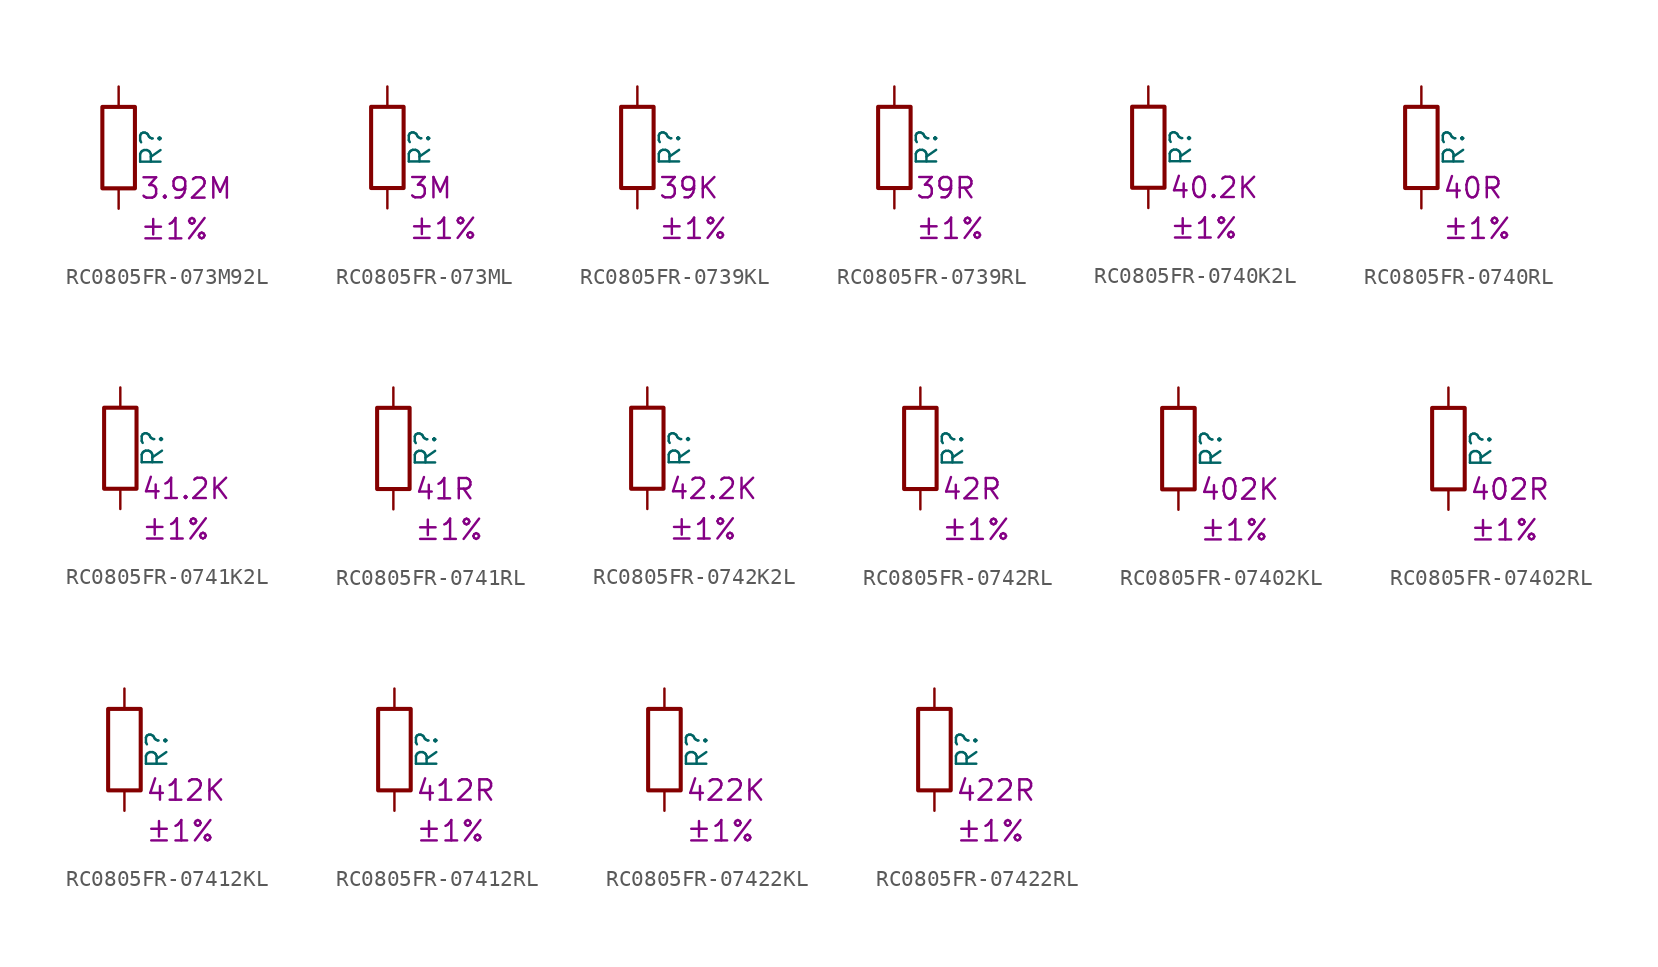
<source format=kicad_sym>
(kicad_symbol_lib
  (version 20220914)
  (generator kicad_symbol_editor)
  (symbol "RC0805FR-073M92L"
    (pin_numbers hide)
    (pin_names
      (offset 0))
    (property "Reference" "R"
      (at 2.032 0 90)
      (effects (font (size 1.27 1.27))))
    (property "Resistance" "3.92M"
      (at 1.27 -2.54 0)
      (effects (font (size 1.27 1.27)) (justify left)))
    (property "Tolerance" "±1%"
      (at 1.27 -5.08 0)
      (effects (font (size 1.27 1.27)) (justify left)))
    (symbol "RC0805FR-073M92L_0_1"
      (rectangle (start -1.016 -2.54) (end 1.016 2.54) (stroke (width 0.254) (type default)) (fill (type none))))
    (symbol "RC0805FR-073M92L_1_1"
      (pin passive line (at 0 3.81 270) (length 1.27) (name "~" (effects (font (size 1.27 1.27)))) (number "1" (effects (font (size 1.27 1.27)))))
      (pin passive line (at 0 -3.81 90) (length 1.27) (name "~" (effects (font (size 1.27 1.27)))) (number "2" (effects (font (size 1.27 1.27)))))))
  (symbol "RC0805FR-073ML"
    (pin_numbers hide)
    (pin_names
      (offset 0))
    (property "Reference" "R"
      (at 2.032 0 90)
      (effects (font (size 1.27 1.27))))
    (property "Resistance" "3M"
      (at 1.27 -2.54 0)
      (effects (font (size 1.27 1.27)) (justify left)))
    (property "Tolerance" "±1%"
      (at 1.27 -5.08 0)
      (effects (font (size 1.27 1.27)) (justify left)))
    (symbol "RC0805FR-073ML_0_1"
      (rectangle (start -1.016 -2.54) (end 1.016 2.54) (stroke (width 0.254) (type default)) (fill (type none))))
    (symbol "RC0805FR-073ML_1_1"
      (pin passive line (at 0 3.81 270) (length 1.27) (name "~" (effects (font (size 1.27 1.27)))) (number "1" (effects (font (size 1.27 1.27)))))
      (pin passive line (at 0 -3.81 90) (length 1.27) (name "~" (effects (font (size 1.27 1.27)))) (number "2" (effects (font (size 1.27 1.27)))))))
  (symbol "RC0805FR-0739KL"
    (pin_numbers hide)
    (pin_names
      (offset 0))
    (property "Reference" "R"
      (at 2.032 0 90)
      (effects (font (size 1.27 1.27))))
    (property "Resistance" "39K"
      (at 1.27 -2.54 0)
      (effects (font (size 1.27 1.27)) (justify left)))
    (property "Tolerance" "±1%"
      (at 1.27 -5.08 0)
      (effects (font (size 1.27 1.27)) (justify left)))
    (symbol "RC0805FR-0739KL_0_1"
      (rectangle (start -1.016 -2.54) (end 1.016 2.54) (stroke (width 0.254) (type default)) (fill (type none))))
    (symbol "RC0805FR-0739KL_1_1"
      (pin passive line (at 0 3.81 270) (length 1.27) (name "~" (effects (font (size 1.27 1.27)))) (number "1" (effects (font (size 1.27 1.27)))))
      (pin passive line (at 0 -3.81 90) (length 1.27) (name "~" (effects (font (size 1.27 1.27)))) (number "2" (effects (font (size 1.27 1.27)))))))
  (symbol "RC0805FR-0739RL"
    (pin_numbers hide)
    (pin_names
      (offset 0))
    (property "Reference" "R"
      (at 2.032 0 90)
      (effects (font (size 1.27 1.27))))
    (property "Resistance" "39R"
      (at 1.27 -2.54 0)
      (effects (font (size 1.27 1.27)) (justify left)))
    (property "Tolerance" "±1%"
      (at 1.27 -5.08 0)
      (effects (font (size 1.27 1.27)) (justify left)))
    (symbol "RC0805FR-0739RL_0_1"
      (rectangle (start -1.016 -2.54) (end 1.016 2.54) (stroke (width 0.254) (type default)) (fill (type none))))
    (symbol "RC0805FR-0739RL_1_1"
      (pin passive line (at 0 3.81 270) (length 1.27) (name "~" (effects (font (size 1.27 1.27)))) (number "1" (effects (font (size 1.27 1.27)))))
      (pin passive line (at 0 -3.81 90) (length 1.27) (name "~" (effects (font (size 1.27 1.27)))) (number "2" (effects (font (size 1.27 1.27)))))))
  (symbol "RC0805FR-0740K2L"
    (pin_numbers hide)
    (pin_names
      (offset 0))
    (property "Reference" "R"
      (at 2.032 0 90)
      (effects (font (size 1.27 1.27))))
    (property "Resistance" "40.2K"
      (at 1.27 -2.54 0)
      (effects (font (size 1.27 1.27)) (justify left)))
    (property "Tolerance" "±1%"
      (at 1.27 -5.08 0)
      (effects (font (size 1.27 1.27)) (justify left)))
    (symbol "RC0805FR-0740K2L_0_1"
      (rectangle (start -1.016 -2.54) (end 1.016 2.54) (stroke (width 0.254) (type default)) (fill (type none))))
    (symbol "RC0805FR-0740K2L_1_1"
      (pin passive line (at 0 3.81 270) (length 1.27) (name "~" (effects (font (size 1.27 1.27)))) (number "1" (effects (font (size 1.27 1.27)))))
      (pin passive line (at 0 -3.81 90) (length 1.27) (name "~" (effects (font (size 1.27 1.27)))) (number "2" (effects (font (size 1.27 1.27)))))))
  (symbol "RC0805FR-0740RL"
    (pin_numbers hide)
    (pin_names
      (offset 0))
    (property "Reference" "R"
      (at 2.032 0 90)
      (effects (font (size 1.27 1.27))))
    (property "Resistance" "40R"
      (at 1.27 -2.54 0)
      (effects (font (size 1.27 1.27)) (justify left)))
    (property "Tolerance" "±1%"
      (at 1.27 -5.08 0)
      (effects (font (size 1.27 1.27)) (justify left)))
    (symbol "RC0805FR-0740RL_0_1"
      (rectangle (start -1.016 -2.54) (end 1.016 2.54) (stroke (width 0.254) (type default)) (fill (type none))))
    (symbol "RC0805FR-0740RL_1_1"
      (pin passive line (at 0 3.81 270) (length 1.27) (name "~" (effects (font (size 1.27 1.27)))) (number "1" (effects (font (size 1.27 1.27)))))
      (pin passive line (at 0 -3.81 90) (length 1.27) (name "~" (effects (font (size 1.27 1.27)))) (number "2" (effects (font (size 1.27 1.27)))))))
  (symbol "RC0805FR-0741K2L"
    (pin_numbers hide)
    (pin_names
      (offset 0))
    (property "Reference" "R"
      (at 2.032 0 90)
      (effects (font (size 1.27 1.27))))
    (property "Resistance" "41.2K"
      (at 1.27 -2.54 0)
      (effects (font (size 1.27 1.27)) (justify left)))
    (property "Tolerance" "±1%"
      (at 1.27 -5.08 0)
      (effects (font (size 1.27 1.27)) (justify left)))
    (symbol "RC0805FR-0741K2L_0_1"
      (rectangle (start -1.016 -2.54) (end 1.016 2.54) (stroke (width 0.254) (type default)) (fill (type none))))
    (symbol "RC0805FR-0741K2L_1_1"
      (pin passive line (at 0 3.81 270) (length 1.27) (name "~" (effects (font (size 1.27 1.27)))) (number "1" (effects (font (size 1.27 1.27)))))
      (pin passive line (at 0 -3.81 90) (length 1.27) (name "~" (effects (font (size 1.27 1.27)))) (number "2" (effects (font (size 1.27 1.27)))))))
  (symbol "RC0805FR-0741RL"
    (pin_numbers hide)
    (pin_names
      (offset 0))
    (property "Reference" "R"
      (at 2.032 0 90)
      (effects (font (size 1.27 1.27))))
    (property "Resistance" "41R"
      (at 1.27 -2.54 0)
      (effects (font (size 1.27 1.27)) (justify left)))
    (property "Tolerance" "±1%"
      (at 1.27 -5.08 0)
      (effects (font (size 1.27 1.27)) (justify left)))
    (symbol "RC0805FR-0741RL_0_1"
      (rectangle (start -1.016 -2.54) (end 1.016 2.54) (stroke (width 0.254) (type default)) (fill (type none))))
    (symbol "RC0805FR-0741RL_1_1"
      (pin passive line (at 0 3.81 270) (length 1.27) (name "~" (effects (font (size 1.27 1.27)))) (number "1" (effects (font (size 1.27 1.27)))))
      (pin passive line (at 0 -3.81 90) (length 1.27) (name "~" (effects (font (size 1.27 1.27)))) (number "2" (effects (font (size 1.27 1.27)))))))
  (symbol "RC0805FR-0742K2L"
    (pin_numbers hide)
    (pin_names
      (offset 0))
    (property "Reference" "R"
      (at 2.032 0 90)
      (effects (font (size 1.27 1.27))))
    (property "Resistance" "42.2K"
      (at 1.27 -2.54 0)
      (effects (font (size 1.27 1.27)) (justify left)))
    (property "Tolerance" "±1%"
      (at 1.27 -5.08 0)
      (effects (font (size 1.27 1.27)) (justify left)))
    (symbol "RC0805FR-0742K2L_0_1"
      (rectangle (start -1.016 -2.54) (end 1.016 2.54) (stroke (width 0.254) (type default)) (fill (type none))))
    (symbol "RC0805FR-0742K2L_1_1"
      (pin passive line (at 0 3.81 270) (length 1.27) (name "~" (effects (font (size 1.27 1.27)))) (number "1" (effects (font (size 1.27 1.27)))))
      (pin passive line (at 0 -3.81 90) (length 1.27) (name "~" (effects (font (size 1.27 1.27)))) (number "2" (effects (font (size 1.27 1.27)))))))
  (symbol "RC0805FR-0742RL"
    (pin_numbers hide)
    (pin_names
      (offset 0))
    (property "Reference" "R"
      (at 2.032 0 90)
      (effects (font (size 1.27 1.27))))
    (property "Resistance" "42R"
      (at 1.27 -2.54 0)
      (effects (font (size 1.27 1.27)) (justify left)))
    (property "Tolerance" "±1%"
      (at 1.27 -5.08 0)
      (effects (font (size 1.27 1.27)) (justify left)))
    (symbol "RC0805FR-0742RL_0_1"
      (rectangle (start -1.016 -2.54) (end 1.016 2.54) (stroke (width 0.254) (type default)) (fill (type none))))
    (symbol "RC0805FR-0742RL_1_1"
      (pin passive line (at 0 3.81 270) (length 1.27) (name "~" (effects (font (size 1.27 1.27)))) (number "1" (effects (font (size 1.27 1.27)))))
      (pin passive line (at 0 -3.81 90) (length 1.27) (name "~" (effects (font (size 1.27 1.27)))) (number "2" (effects (font (size 1.27 1.27)))))))
  (symbol "RC0805FR-07402KL"
    (pin_numbers hide)
    (pin_names
      (offset 0))
    (property "Reference" "R"
      (at 2.032 0 90)
      (effects (font (size 1.27 1.27))))
    (property "Resistance" "402K"
      (at 1.27 -2.54 0)
      (effects (font (size 1.27 1.27)) (justify left)))
    (property "Tolerance" "±1%"
      (at 1.27 -5.08 0)
      (effects (font (size 1.27 1.27)) (justify left)))
    (symbol "RC0805FR-07402KL_0_1"
      (rectangle (start -1.016 -2.54) (end 1.016 2.54) (stroke (width 0.254) (type default)) (fill (type none))))
    (symbol "RC0805FR-07402KL_1_1"
      (pin passive line (at 0 3.81 270) (length 1.27) (name "~" (effects (font (size 1.27 1.27)))) (number "1" (effects (font (size 1.27 1.27)))))
      (pin passive line (at 0 -3.81 90) (length 1.27) (name "~" (effects (font (size 1.27 1.27)))) (number "2" (effects (font (size 1.27 1.27)))))))
  (symbol "RC0805FR-07402RL"
    (pin_numbers hide)
    (pin_names
      (offset 0))
    (property "Reference" "R"
      (at 2.032 0 90)
      (effects (font (size 1.27 1.27))))
    (property "Resistance" "402R"
      (at 1.27 -2.54 0)
      (effects (font (size 1.27 1.27)) (justify left)))
    (property "Tolerance" "±1%"
      (at 1.27 -5.08 0)
      (effects (font (size 1.27 1.27)) (justify left)))
    (symbol "RC0805FR-07402RL_0_1"
      (rectangle (start -1.016 -2.54) (end 1.016 2.54) (stroke (width 0.254) (type default)) (fill (type none))))
    (symbol "RC0805FR-07402RL_1_1"
      (pin passive line (at 0 3.81 270) (length 1.27) (name "~" (effects (font (size 1.27 1.27)))) (number "1" (effects (font (size 1.27 1.27)))))
      (pin passive line (at 0 -3.81 90) (length 1.27) (name "~" (effects (font (size 1.27 1.27)))) (number "2" (effects (font (size 1.27 1.27)))))))
  (symbol "RC0805FR-07412KL"
    (pin_numbers hide)
    (pin_names
      (offset 0))
    (property "Reference" "R"
      (at 2.032 0 90)
      (effects (font (size 1.27 1.27))))
    (property "Resistance" "412K"
      (at 1.27 -2.54 0)
      (effects (font (size 1.27 1.27)) (justify left)))
    (property "Tolerance" "±1%"
      (at 1.27 -5.08 0)
      (effects (font (size 1.27 1.27)) (justify left)))
    (symbol "RC0805FR-07412KL_0_1"
      (rectangle (start -1.016 -2.54) (end 1.016 2.54) (stroke (width 0.254) (type default)) (fill (type none))))
    (symbol "RC0805FR-07412KL_1_1"
      (pin passive line (at 0 3.81 270) (length 1.27) (name "~" (effects (font (size 1.27 1.27)))) (number "1" (effects (font (size 1.27 1.27)))))
      (pin passive line (at 0 -3.81 90) (length 1.27) (name "~" (effects (font (size 1.27 1.27)))) (number "2" (effects (font (size 1.27 1.27)))))))
  (symbol "RC0805FR-07412RL"
    (pin_numbers hide)
    (pin_names
      (offset 0))
    (property "Reference" "R"
      (at 2.032 0 90)
      (effects (font (size 1.27 1.27))))
    (property "Resistance" "412R"
      (at 1.27 -2.54 0)
      (effects (font (size 1.27 1.27)) (justify left)))
    (property "Tolerance" "±1%"
      (at 1.27 -5.08 0)
      (effects (font (size 1.27 1.27)) (justify left)))
    (symbol "RC0805FR-07412RL_0_1"
      (rectangle (start -1.016 -2.54) (end 1.016 2.54) (stroke (width 0.254) (type default)) (fill (type none))))
    (symbol "RC0805FR-07412RL_1_1"
      (pin passive line (at 0 3.81 270) (length 1.27) (name "~" (effects (font (size 1.27 1.27)))) (number "1" (effects (font (size 1.27 1.27)))))
      (pin passive line (at 0 -3.81 90) (length 1.27) (name "~" (effects (font (size 1.27 1.27)))) (number "2" (effects (font (size 1.27 1.27)))))))
  (symbol "RC0805FR-07422KL"
    (pin_numbers hide)
    (pin_names
      (offset 0))
    (property "Reference" "R"
      (at 2.032 0 90)
      (effects (font (size 1.27 1.27))))
    (property "Resistance" "422K"
      (at 1.27 -2.54 0)
      (effects (font (size 1.27 1.27)) (justify left)))
    (property "Tolerance" "±1%"
      (at 1.27 -5.08 0)
      (effects (font (size 1.27 1.27)) (justify left)))
    (symbol "RC0805FR-07422KL_0_1"
      (rectangle (start -1.016 -2.54) (end 1.016 2.54) (stroke (width 0.254) (type default)) (fill (type none))))
    (symbol "RC0805FR-07422KL_1_1"
      (pin passive line (at 0 3.81 270) (length 1.27) (name "~" (effects (font (size 1.27 1.27)))) (number "1" (effects (font (size 1.27 1.27)))))
      (pin passive line (at 0 -3.81 90) (length 1.27) (name "~" (effects (font (size 1.27 1.27)))) (number "2" (effects (font (size 1.27 1.27)))))))
  (symbol "RC0805FR-07422RL"
    (pin_numbers hide)
    (pin_names
      (offset 0))
    (property "Reference" "R"
      (at 2.032 0 90)
      (effects (font (size 1.27 1.27))))
    (property "Resistance" "422R"
      (at 1.27 -2.54 0)
      (effects (font (size 1.27 1.27)) (justify left)))
    (property "Tolerance" "±1%"
      (at 1.27 -5.08 0)
      (effects (font (size 1.27 1.27)) (justify left)))
    (symbol "RC0805FR-07422RL_0_1"
      (rectangle (start -1.016 -2.54) (end 1.016 2.54) (stroke (width 0.254) (type default)) (fill (type none))))
    (symbol "RC0805FR-07422RL_1_1"
      (pin passive line (at 0 3.81 270) (length 1.27) (name "~" (effects (font (size 1.27 1.27)))) (number "1" (effects (font (size 1.27 1.27)))))
      (pin passive line (at 0 -3.81 90) (length 1.27) (name "~" (effects (font (size 1.27 1.27)))) (number "2" (effects (font (size 1.27 1.27))))))))
</source>
